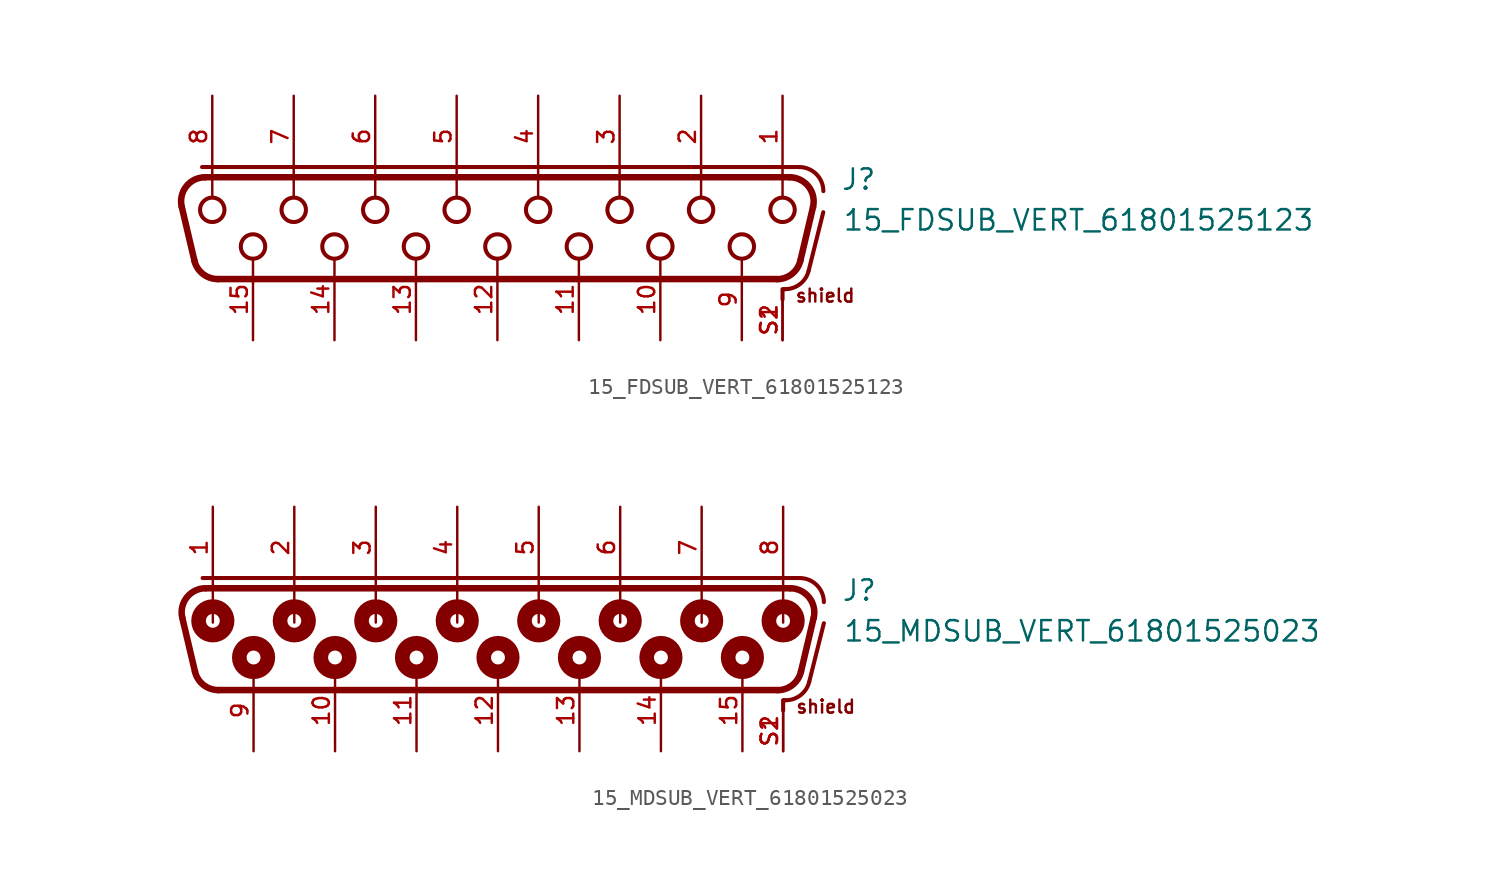
<source format=kicad_sym>
(kicad_symbol_lib
  (version 20241209)
  (generator "kicad_symbol_editor")
  (generator_version "9.0")
  (symbol "15_FDSUB_VERT_61801525123"
    (pin_names
      (offset 1.016))
    (property "Reference" "J"
      (at 21.4 1.66 0)
      (effects (font (size 1.27 1.27)) (justify left bottom)))
    (property "Value" "15_FDSUB_VERT_61801525123"
      (at 21.5 -0.88 0)
      (effects (font (size 1.27 1.27)) (justify left bottom)))
    (symbol "15_FDSUB_VERT_61801525123_0_0"
      (polyline (pts (xy -18.893 -2.655) (xy -19.684 0.695)) (stroke (width 0.406) (type default)) (fill (type none)))
      (polyline (pts (xy -18.415 3.175) (xy 18.82 3.175)) (stroke (width 0.254) (type default)) (fill (type none)))
      (polyline (pts (xy -18.224 2.54) (xy 18.224 2.54)) (stroke (width 0.406) (type default)) (fill (type none)))
      (arc (start -19.6842 0.6952) (mid -19.3983 1.9738) (end -18.2244 2.54) (stroke (width 0.4064) (type default)) (fill (type none)))
      (polyline (pts (xy -17.78 2.58) (xy -17.78 1.3)) (stroke (width 0.152) (type default)) (fill (type none)))
      (circle (center -17.78 0.508) (radius 0.762) (stroke (width 0.254) (type default)) (fill (type none)))
      (arc (start -17.4331 -3.81) (mid -18.3639 -3.4862) (end -18.8929 -2.6548) (stroke (width 0.4064) (type default)) (fill (type none)))
      (circle (center -15.24 -1.778) (radius 0.762) (stroke (width 0.254) (type default)) (fill (type none)))
      (polyline (pts (xy -12.7 2.58) (xy -12.7 1.3)) (stroke (width 0.152) (type default)) (fill (type none)))
      (circle (center -12.7 0.508) (radius 0.762) (stroke (width 0.254) (type default)) (fill (type none)))
      (circle (center -10.16 -1.778) (radius 0.762) (stroke (width 0.254) (type default)) (fill (type none)))
      (polyline (pts (xy -7.62 2.58) (xy -7.62 1.3)) (stroke (width 0.152) (type default)) (fill (type none)))
      (circle (center -7.62 0.508) (radius 0.762) (stroke (width 0.254) (type default)) (fill (type none)))
      (circle (center -5.08 -1.778) (radius 0.762) (stroke (width 0.254) (type default)) (fill (type none)))
      (polyline (pts (xy -2.54 2.58) (xy -2.54 1.3)) (stroke (width 0.152) (type default)) (fill (type none)))
      (circle (center -2.54 0.508) (radius 0.762) (stroke (width 0.254) (type default)) (fill (type none)))
      (circle (center 0 -1.778) (radius 0.762) (stroke (width 0.254) (type default)) (fill (type none)))
      (polyline (pts (xy 2.54 2.58) (xy 2.54 1.3)) (stroke (width 0.152) (type default)) (fill (type none)))
      (circle (center 2.54 0.508) (radius 0.762) (stroke (width 0.254) (type default)) (fill (type none)))
      (circle (center 5.08 -1.778) (radius 0.762) (stroke (width 0.254) (type default)) (fill (type none)))
      (polyline (pts (xy 7.62 2.58) (xy 7.62 1.3)) (stroke (width 0.152) (type default)) (fill (type none)))
      (circle (center 7.62 0.508) (radius 0.762) (stroke (width 0.254) (type default)) (fill (type none)))
      (circle (center 10.16 -1.778) (radius 0.762) (stroke (width 0.254) (type default)) (fill (type none)))
      (polyline (pts (xy 12.7 2.58) (xy 12.7 1.3)) (stroke (width 0.152) (type default)) (fill (type none)))
      (circle (center 12.7 0.508) (radius 0.762) (stroke (width 0.254) (type default)) (fill (type none)))
      (circle (center 15.24 -1.778) (radius 0.762) (stroke (width 0.254) (type default)) (fill (type none)))
      (polyline (pts (xy 17.433 -3.81) (xy -17.433 -3.81)) (stroke (width 0.406) (type default)) (fill (type none)))
      (arc (start 18.8929 -2.6548) (mid 18.3642 -3.4874) (end 17.4331 -3.81) (stroke (width 0.4064) (type default)) (fill (type none)))
      (polyline (pts (xy 17.78 2.58) (xy 17.78 1.3)) (stroke (width 0.152) (type default)) (fill (type none)))
      (circle (center 17.78 0.508) (radius 0.762) (stroke (width 0.254) (type default)) (fill (type none)))
      (polyline (pts (xy 17.78 -4.445) (xy 17.78 -5.08)) (stroke (width 0.254) (type default)) (fill (type none)))
      (polyline (pts (xy 17.82 -4.44) (xy 17.949 -4.44)) (stroke (width 0.254) (type default)) (fill (type none)))
      (arc (start 19.4041 -3.3038) (mid 18.8723 -4.122) (end 17.9488 -4.44) (stroke (width 0.254) (type default)) (fill (type none)))
      (arc (start 18.2244 2.54) (mid 19.3973 1.9695) (end 19.6842 0.6952) (stroke (width 0.4064) (type default)) (fill (type none)))
      (arc (start 18.82 3.175) (mid 19.8807 2.7357) (end 20.32 1.675) (stroke (width 0.254) (type default)) (fill (type none)))
      (polyline (pts (xy 19.404 -3.304) (xy 20.32 0.36)) (stroke (width 0.254) (type default)) (fill (type none)))
      (polyline (pts (xy 19.684 0.695) (xy 18.893 -2.655)) (stroke (width 0.406) (type default)) (fill (type none)))
      (text "shield" (at 18.52 -5.32 0) (effects (font (size 0.813 0.813)) (justify left bottom)))
      (pin bidirectional line (at -17.78 7.62 270) (length 5.08) (name "~" (effects (font (size 1.016 1.016)))) (number "8" (effects (font (size 1.016 1.016)))))
      (pin bidirectional line (at -15.24 -7.62 90) (length 5.08) (name "~" (effects (font (size 1.016 1.016)))) (number "15" (effects (font (size 1.016 1.016)))))
      (pin bidirectional line (at -12.7 7.62 270) (length 5.08) (name "~" (effects (font (size 1.016 1.016)))) (number "7" (effects (font (size 1.016 1.016)))))
      (pin bidirectional line (at -10.16 -7.62 90) (length 5.08) (name "~" (effects (font (size 1.016 1.016)))) (number "14" (effects (font (size 1.016 1.016)))))
      (pin bidirectional line (at -7.62 7.62 270) (length 5.08) (name "~" (effects (font (size 1.016 1.016)))) (number "6" (effects (font (size 1.016 1.016)))))
      (pin bidirectional line (at -5.08 -7.62 90) (length 5.08) (name "~" (effects (font (size 1.016 1.016)))) (number "13" (effects (font (size 1.016 1.016)))))
      (pin bidirectional line (at -2.54 7.62 270) (length 5.08) (name "~" (effects (font (size 1.016 1.016)))) (number "5" (effects (font (size 1.016 1.016)))))
      (pin bidirectional line (at 0 -7.62 90) (length 5.08) (name "~" (effects (font (size 1.016 1.016)))) (number "12" (effects (font (size 1.016 1.016)))))
      (pin bidirectional line (at 2.54 7.62 270) (length 5.08) (name "~" (effects (font (size 1.016 1.016)))) (number "4" (effects (font (size 1.016 1.016)))))
      (pin bidirectional line (at 5.08 -7.62 90) (length 5.08) (name "~" (effects (font (size 1.016 1.016)))) (number "11" (effects (font (size 1.016 1.016)))))
      (pin bidirectional line (at 7.62 7.62 270) (length 5.08) (name "~" (effects (font (size 1.016 1.016)))) (number "3" (effects (font (size 1.016 1.016)))))
      (pin bidirectional line (at 10.16 -7.62 90) (length 5.08) (name "~" (effects (font (size 1.016 1.016)))) (number "10" (effects (font (size 1.016 1.016)))))
      (pin bidirectional line (at 12.7 7.62 270) (length 5.08) (name "~" (effects (font (size 1.016 1.016)))) (number "2" (effects (font (size 1.016 1.016)))))
      (pin bidirectional line (at 15.24 -7.62 90) (length 5.08) (name "~" (effects (font (size 1.016 1.016)))) (number "9" (effects (font (size 1.016 1.016)))))
      (pin bidirectional line (at 17.78 7.62 270) (length 5.08) (name "~" (effects (font (size 1.016 1.016)))) (number "1" (effects (font (size 1.016 1.016)))))
      (pin bidirectional line (at 17.78 -7.62 90) (length 2.54) (name "~" (effects (font (size 1.016 1.016)))) (number "S1" (effects (font (size 1.016 1.016)))))
      (pin bidirectional line (at 17.78 -7.62 90) (length 2.54) (name "~" (effects (font (size 1.016 1.016)))) (number "S2" (effects (font (size 1.016 1.016)))))))
  (symbol "15_MDSUB_VERT_61801525023"
    (pin_names
      (offset 1.016))
    (property "Reference" "J"
      (at 21.4 1.66 0)
      (effects (font (size 1.27 1.27)) (justify left bottom)))
    (property "Value" "15_MDSUB_VERT_61801525023"
      (at 21.5 -0.88 0)
      (effects (font (size 1.27 1.27)) (justify left bottom)))
    (symbol "15_MDSUB_VERT_61801525023_0_0"
      (polyline (pts (xy -18.893 -2.655) (xy -19.684 0.695)) (stroke (width 0.406) (type default)) (fill (type none)))
      (polyline (pts (xy -18.415 3.175) (xy 18.82 3.175)) (stroke (width 0.254) (type default)) (fill (type none)))
      (polyline (pts (xy -18.224 2.54) (xy 18.224 2.54)) (stroke (width 0.406) (type default)) (fill (type none)))
      (arc (start -19.6842 0.6952) (mid -19.3983 1.9738) (end -18.2244 2.54) (stroke (width 0.4064) (type default)) (fill (type none)))
      (polyline (pts (xy -17.78 2.58) (xy -17.78 0.4)) (stroke (width 0.152) (type default)) (fill (type none)))
      (circle (center -17.78 0.508) (radius 0.432) (stroke (width 0.914) (type default)) (fill (type none)))
      (circle (center -17.78 0.508) (radius 0.762) (stroke (width 0.254) (type default)) (fill (type none)))
      (arc (start -17.4331 -3.81) (mid -18.3639 -3.4862) (end -18.8929 -2.6548) (stroke (width 0.4064) (type default)) (fill (type none)))
      (circle (center -15.24 -1.778) (radius 0.432) (stroke (width 0.914) (type default)) (fill (type none)))
      (circle (center -15.24 -1.778) (radius 0.762) (stroke (width 0.254) (type default)) (fill (type none)))
      (polyline (pts (xy -12.7 2.58) (xy -12.7 0.4)) (stroke (width 0.152) (type default)) (fill (type none)))
      (circle (center -12.7 0.508) (radius 0.432) (stroke (width 0.914) (type default)) (fill (type none)))
      (circle (center -12.7 0.508) (radius 0.762) (stroke (width 0.254) (type default)) (fill (type none)))
      (circle (center -10.16 -1.778) (radius 0.432) (stroke (width 0.914) (type default)) (fill (type none)))
      (circle (center -10.16 -1.778) (radius 0.762) (stroke (width 0.254) (type default)) (fill (type none)))
      (polyline (pts (xy -7.62 2.58) (xy -7.62 0.4)) (stroke (width 0.152) (type default)) (fill (type none)))
      (circle (center -7.62 0.508) (radius 0.432) (stroke (width 0.914) (type default)) (fill (type none)))
      (circle (center -7.62 0.508) (radius 0.762) (stroke (width 0.254) (type default)) (fill (type none)))
      (circle (center -5.08 -1.778) (radius 0.432) (stroke (width 0.914) (type default)) (fill (type none)))
      (circle (center -5.08 -1.778) (radius 0.762) (stroke (width 0.254) (type default)) (fill (type none)))
      (polyline (pts (xy -2.54 2.58) (xy -2.54 0.4)) (stroke (width 0.152) (type default)) (fill (type none)))
      (circle (center -2.54 0.508) (radius 0.432) (stroke (width 0.914) (type default)) (fill (type none)))
      (circle (center -2.54 0.508) (radius 0.762) (stroke (width 0.254) (type default)) (fill (type none)))
      (circle (center 0 -1.778) (radius 0.432) (stroke (width 0.914) (type default)) (fill (type none)))
      (circle (center 0 -1.778) (radius 0.762) (stroke (width 0.254) (type default)) (fill (type none)))
      (polyline (pts (xy 2.54 2.58) (xy 2.54 0.4)) (stroke (width 0.152) (type default)) (fill (type none)))
      (circle (center 2.54 0.508) (radius 0.432) (stroke (width 0.914) (type default)) (fill (type none)))
      (circle (center 2.54 0.508) (radius 0.762) (stroke (width 0.254) (type default)) (fill (type none)))
      (circle (center 5.08 -1.778) (radius 0.432) (stroke (width 0.914) (type default)) (fill (type none)))
      (circle (center 5.08 -1.778) (radius 0.762) (stroke (width 0.254) (type default)) (fill (type none)))
      (polyline (pts (xy 7.62 2.58) (xy 7.62 0.4)) (stroke (width 0.152) (type default)) (fill (type none)))
      (circle (center 7.62 0.508) (radius 0.432) (stroke (width 0.914) (type default)) (fill (type none)))
      (circle (center 7.62 0.508) (radius 0.762) (stroke (width 0.254) (type default)) (fill (type none)))
      (circle (center 10.16 -1.778) (radius 0.432) (stroke (width 0.914) (type default)) (fill (type none)))
      (circle (center 10.16 -1.778) (radius 0.762) (stroke (width 0.254) (type default)) (fill (type none)))
      (polyline (pts (xy 12.7 2.58) (xy 12.7 0.4)) (stroke (width 0.152) (type default)) (fill (type none)))
      (circle (center 12.7 0.508) (radius 0.432) (stroke (width 0.914) (type default)) (fill (type none)))
      (circle (center 12.7 0.508) (radius 0.762) (stroke (width 0.254) (type default)) (fill (type none)))
      (circle (center 15.24 -1.778) (radius 0.432) (stroke (width 0.914) (type default)) (fill (type none)))
      (circle (center 15.24 -1.778) (radius 0.762) (stroke (width 0.254) (type default)) (fill (type none)))
      (polyline (pts (xy 17.433 -3.81) (xy -17.433 -3.81)) (stroke (width 0.406) (type default)) (fill (type none)))
      (arc (start 18.8929 -2.6548) (mid 18.3642 -3.4874) (end 17.4331 -3.81) (stroke (width 0.4064) (type default)) (fill (type none)))
      (polyline (pts (xy 17.78 2.58) (xy 17.78 0.4)) (stroke (width 0.152) (type default)) (fill (type none)))
      (circle (center 17.78 0.508) (radius 0.432) (stroke (width 0.914) (type default)) (fill (type none)))
      (circle (center 17.78 0.508) (radius 0.762) (stroke (width 0.254) (type default)) (fill (type none)))
      (polyline (pts (xy 17.78 -4.445) (xy 17.78 -5.08)) (stroke (width 0.254) (type default)) (fill (type none)))
      (polyline (pts (xy 17.82 -4.44) (xy 17.949 -4.44)) (stroke (width 0.254) (type default)) (fill (type none)))
      (arc (start 19.4041 -3.3038) (mid 18.8723 -4.122) (end 17.9488 -4.44) (stroke (width 0.254) (type default)) (fill (type none)))
      (arc (start 18.2244 2.54) (mid 19.3973 1.9695) (end 19.6842 0.6952) (stroke (width 0.4064) (type default)) (fill (type none)))
      (arc (start 18.82 3.175) (mid 19.8807 2.7357) (end 20.32 1.675) (stroke (width 0.254) (type default)) (fill (type none)))
      (polyline (pts (xy 19.404 -3.304) (xy 20.32 0.36)) (stroke (width 0.254) (type default)) (fill (type none)))
      (polyline (pts (xy 19.684 0.695) (xy 18.893 -2.655)) (stroke (width 0.406) (type default)) (fill (type none)))
      (text "shield" (at 18.52 -5.32 0) (effects (font (size 0.813 0.813)) (justify left bottom)))
      (pin bidirectional line (at -17.78 7.62 270) (length 5.08) (name "~" (effects (font (size 1.016 1.016)))) (number "1" (effects (font (size 1.016 1.016)))))
      (pin bidirectional line (at -15.24 -7.62 90) (length 5.08) (name "~" (effects (font (size 1.016 1.016)))) (number "9" (effects (font (size 1.016 1.016)))))
      (pin bidirectional line (at -12.7 7.62 270) (length 5.08) (name "~" (effects (font (size 1.016 1.016)))) (number "2" (effects (font (size 1.016 1.016)))))
      (pin bidirectional line (at -10.16 -7.62 90) (length 5.08) (name "~" (effects (font (size 1.016 1.016)))) (number "10" (effects (font (size 1.016 1.016)))))
      (pin bidirectional line (at -7.62 7.62 270) (length 5.08) (name "~" (effects (font (size 1.016 1.016)))) (number "3" (effects (font (size 1.016 1.016)))))
      (pin bidirectional line (at -5.08 -7.62 90) (length 5.08) (name "~" (effects (font (size 1.016 1.016)))) (number "11" (effects (font (size 1.016 1.016)))))
      (pin bidirectional line (at -2.54 7.62 270) (length 5.08) (name "~" (effects (font (size 1.016 1.016)))) (number "4" (effects (font (size 1.016 1.016)))))
      (pin bidirectional line (at 0 -7.62 90) (length 5.08) (name "~" (effects (font (size 1.016 1.016)))) (number "12" (effects (font (size 1.016 1.016)))))
      (pin bidirectional line (at 2.54 7.62 270) (length 5.08) (name "~" (effects (font (size 1.016 1.016)))) (number "5" (effects (font (size 1.016 1.016)))))
      (pin bidirectional line (at 5.08 -7.62 90) (length 5.08) (name "~" (effects (font (size 1.016 1.016)))) (number "13" (effects (font (size 1.016 1.016)))))
      (pin bidirectional line (at 7.62 7.62 270) (length 5.08) (name "~" (effects (font (size 1.016 1.016)))) (number "6" (effects (font (size 1.016 1.016)))))
      (pin bidirectional line (at 10.16 -7.62 90) (length 5.08) (name "~" (effects (font (size 1.016 1.016)))) (number "14" (effects (font (size 1.016 1.016)))))
      (pin bidirectional line (at 12.7 7.62 270) (length 5.08) (name "~" (effects (font (size 1.016 1.016)))) (number "7" (effects (font (size 1.016 1.016)))))
      (pin bidirectional line (at 15.24 -7.62 90) (length 5.08) (name "~" (effects (font (size 1.016 1.016)))) (number "15" (effects (font (size 1.016 1.016)))))
      (pin bidirectional line (at 17.78 7.62 270) (length 5.08) (name "~" (effects (font (size 1.016 1.016)))) (number "8" (effects (font (size 1.016 1.016)))))
      (pin bidirectional line (at 17.78 -7.62 90) (length 2.54) (name "~" (effects (font (size 1.016 1.016)))) (number "S1" (effects (font (size 1.016 1.016)))))
      (pin bidirectional line (at 17.78 -7.62 90) (length 2.54) (name "~" (effects (font (size 1.016 1.016)))) (number "S2" (effects (font (size 1.016 1.016))))))))
</source>
